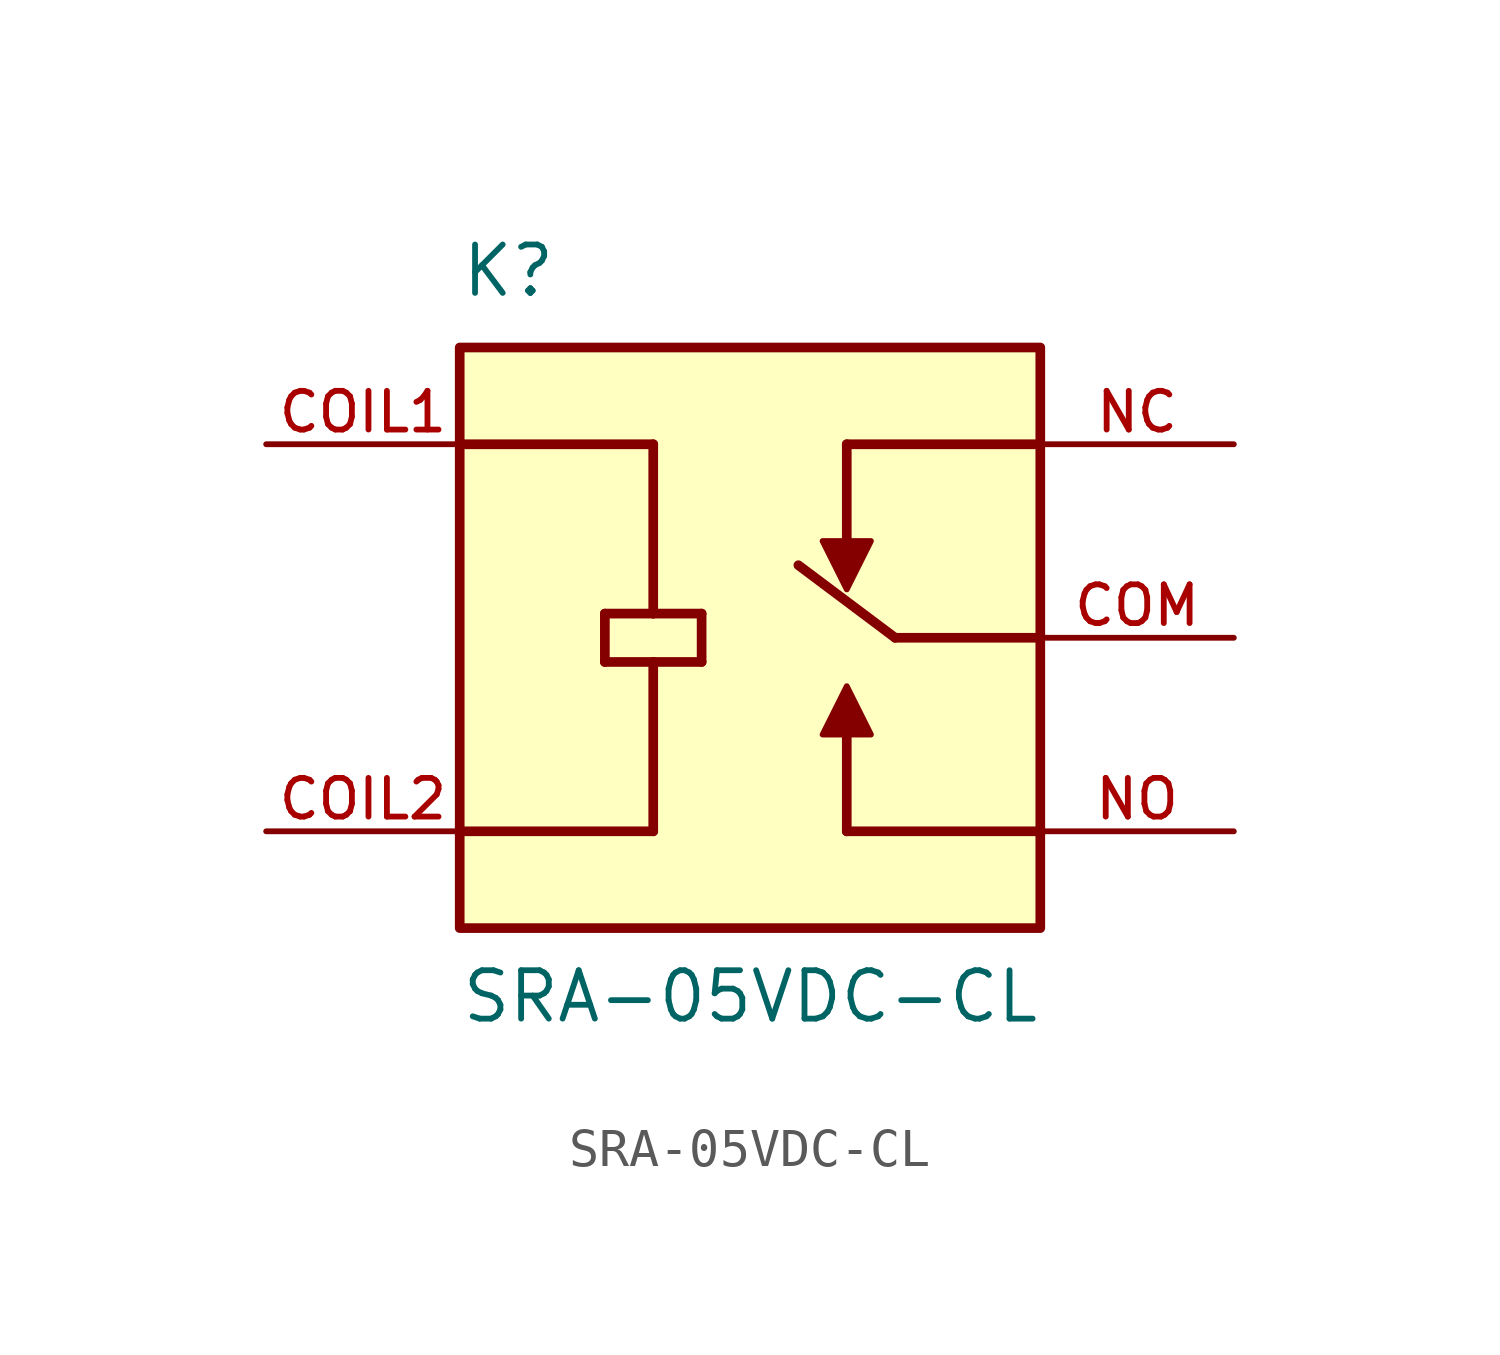
<source format=kicad_sym>
(kicad_symbol_lib
  (version 20220914)
  (generator kicad_symbol_editor)
  (symbol "SRA-05VDC-CL"
    (pin_names
      (offset 1.016))
    (property "Reference" "K"
      (at -7.62 8.89 0)
      (effects (font (size 1.27 1.27)) (justify left bottom)))
    (property "Value" "SRA-05VDC-CL"
      (at -7.62 -10.16 0)
      (effects (font (size 1.27 1.27)) (justify left bottom)))
    (symbol "SRA-05VDC-CL_0_0"
      (rectangle (start -7.62 -7.62) (end 7.62 7.62) (stroke (width 0.254) (type default)) (fill (type background)))
      (polyline (pts (xy -7.62 -5.08) (xy -2.54 -5.08)) (stroke (width 0.254) (type default)) (fill (type none)))
      (polyline (pts (xy -7.62 5.08) (xy -2.54 5.08)) (stroke (width 0.254) (type default)) (fill (type none)))
      (polyline (pts (xy -3.81 -0.635) (xy -3.81 0.635)) (stroke (width 0.254) (type default)) (fill (type none)))
      (polyline (pts (xy -3.81 0.635) (xy -2.54 0.635)) (stroke (width 0.254) (type default)) (fill (type none)))
      (polyline (pts (xy -2.54 -0.635) (xy -3.81 -0.635)) (stroke (width 0.254) (type default)) (fill (type none)))
      (polyline (pts (xy -2.54 -0.635) (xy -2.54 -5.08)) (stroke (width 0.254) (type default)) (fill (type none)))
      (polyline (pts (xy -2.54 0.635) (xy -1.27 0.635)) (stroke (width 0.254) (type default)) (fill (type none)))
      (polyline (pts (xy -2.54 5.08) (xy -2.54 0.635)) (stroke (width 0.254) (type default)) (fill (type none)))
      (polyline (pts (xy -1.27 -0.635) (xy -2.54 -0.635)) (stroke (width 0.254) (type default)) (fill (type none)))
      (polyline (pts (xy -1.27 0.635) (xy -1.27 -0.635)) (stroke (width 0.254) (type default)) (fill (type none)))
      (polyline (pts (xy 2.54 -5.08) (xy 2.54 -2.54)) (stroke (width 0.254) (type default)) (fill (type none)))
      (polyline (pts (xy 2.54 5.08) (xy 2.54 2.54)) (stroke (width 0.254) (type default)) (fill (type none)))
      (polyline (pts (xy 2.54 5.08) (xy 7.62 5.08)) (stroke (width 0.254) (type default)) (fill (type none)))
      (polyline (pts (xy 3.81 0) (xy 1.27 1.905)) (stroke (width 0.254) (type default)) (fill (type none)))
      (polyline (pts (xy 7.62 -5.08) (xy 2.54 -5.08)) (stroke (width 0.254) (type default)) (fill (type none)))
      (polyline (pts (xy 7.62 0) (xy 3.81 0)) (stroke (width 0.254) (type default)) (fill (type none)))
      (polyline (pts (xy 1.905 -2.54) (xy 3.175 -2.54) (xy 2.54 -1.27) (xy 1.905 -2.54)) (stroke (width 0.152) (type default)) (fill (type outline)))
      (polyline (pts (xy 3.175 2.54) (xy 1.905 2.54) (xy 2.54 1.27) (xy 3.175 2.54)) (stroke (width 0.152) (type default)) (fill (type outline)))
      (pin passive line (at -12.7 5.08 0) (length 5.08) (name "~" (effects (font (size 1.016 1.016)))) (number "COIL1" (effects (font (size 1.016 1.016)))))
      (pin passive line (at -12.7 -5.08 0) (length 5.08) (name "~" (effects (font (size 1.016 1.016)))) (number "COIL2" (effects (font (size 1.016 1.016)))))
      (pin passive line (at 12.7 0 180) (length 5.08) (name "~" (effects (font (size 1.016 1.016)))) (number "COM" (effects (font (size 1.016 1.016)))))
      (pin passive line (at 12.7 5.08 180) (length 5.08) (name "~" (effects (font (size 1.016 1.016)))) (number "NC" (effects (font (size 1.016 1.016)))))
      (pin passive line (at 12.7 -5.08 180) (length 5.08) (name "~" (effects (font (size 1.016 1.016)))) (number "NO" (effects (font (size 1.016 1.016))))))))
</source>
